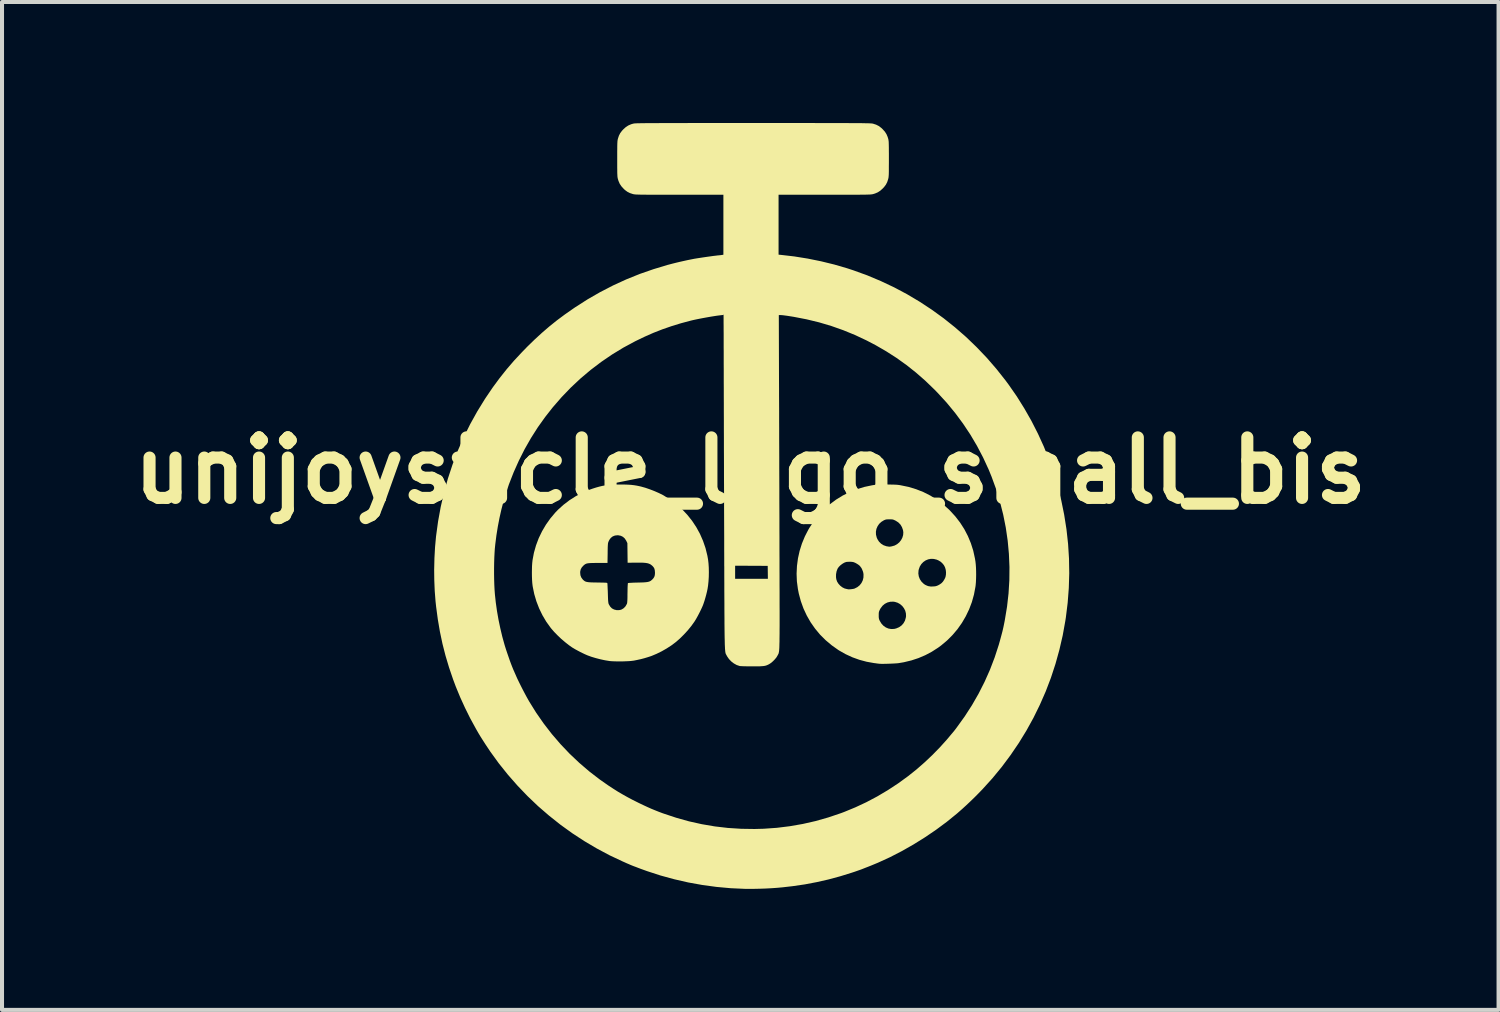
<source format=kicad_pcb>
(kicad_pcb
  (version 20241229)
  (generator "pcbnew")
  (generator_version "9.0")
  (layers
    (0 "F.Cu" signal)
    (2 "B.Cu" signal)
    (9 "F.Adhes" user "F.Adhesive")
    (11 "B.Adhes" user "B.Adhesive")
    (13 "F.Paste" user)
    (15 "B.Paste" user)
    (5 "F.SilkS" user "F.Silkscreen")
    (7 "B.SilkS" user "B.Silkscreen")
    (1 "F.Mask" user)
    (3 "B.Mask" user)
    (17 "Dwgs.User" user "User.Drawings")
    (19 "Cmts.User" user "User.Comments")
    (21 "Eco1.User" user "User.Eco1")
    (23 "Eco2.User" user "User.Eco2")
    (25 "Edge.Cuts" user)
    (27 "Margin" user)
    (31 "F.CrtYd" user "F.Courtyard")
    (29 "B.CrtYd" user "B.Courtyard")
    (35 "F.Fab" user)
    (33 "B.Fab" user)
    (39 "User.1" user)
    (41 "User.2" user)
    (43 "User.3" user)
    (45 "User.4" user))
  (footprint "unijoysticle_logo_small_bis"
    (layer "F.Cu")
    (at 15.55 8.615)
    (property "Reference" "unijoysticle_logo_small_bis" (at 0 0 0) (layer "F.SilkS") (effects (font (size 1.5 1.5) (thickness 0.3))))
    (attr board_only exclude_from_pos_files exclude_from_bom)
    (fp_poly (pts (xy -3.222 0.346) (xy -3.12 0.347) (xy -3.032 0.35) (xy -2.955 0.355) (xy -2.884 0.363) (xy -2.816 0.374) (xy -2.748 0.388) (xy -2.705 0.398) (xy -2.599 0.428) (xy -2.486 0.467) (xy -2.373 0.511) (xy -2.265 0.558) (xy -2.167 0.607) (xy -2.149 0.617) (xy -1.986 0.719) (xy -1.833 0.833) (xy -1.691 0.96) (xy -1.561 1.098) (xy -1.443 1.246) (xy -1.339 1.403) (xy -1.248 1.569) (xy -1.172 1.743) (xy -1.11 1.923) (xy -1.064 2.11) (xy -1.047 2.205) (xy -1.036 2.3) (xy -1.029 2.406) (xy -1.027 2.52) (xy -1.029 2.635) (xy -1.036 2.748) (xy -1.047 2.854) (xy -1.06 2.936) (xy -1.074 3.002) (xy -1.092 3.075) (xy -1.113 3.152) (xy -1.135 3.227) (xy -1.157 3.293) (xy -1.172 3.335) (xy -1.196 3.391) (xy -1.227 3.457) (xy -1.262 3.528) (xy -1.299 3.599) (xy -1.336 3.666) (xy -1.371 3.724) (xy -1.387 3.749) (xy -1.463 3.855) (xy -1.551 3.963) (xy -1.648 4.068) (xy -1.749 4.168) (xy -1.852 4.257) (xy -1.855 4.259) (xy -1.959 4.337) (xy -2.075 4.412) (xy -2.198 4.482) (xy -2.322 4.543) (xy -2.443 4.594) (xy -2.471 4.604) (xy -2.545 4.628) (xy -2.628 4.653) (xy -2.716 4.676) (xy -2.803 4.695) (xy -2.881 4.711) (xy -2.902 4.714) (xy -2.95 4.72) (xy -3.012 4.725) (xy -3.083 4.728) (xy -3.16 4.731) (xy -3.238 4.732) (xy -3.315 4.731) (xy -3.385 4.729) (xy -3.446 4.726) (xy -3.489 4.722) (xy -3.6 4.704) (xy -3.716 4.679) (xy -3.832 4.649) (xy -3.942 4.616) (xy -4.04 4.58) (xy -4.051 4.575) (xy -4.099 4.554) (xy -4.156 4.527) (xy -4.219 4.496) (xy -4.281 4.463) (xy -4.34 4.431) (xy -4.39 4.401) (xy -4.414 4.387) (xy -4.502 4.325) (xy -4.594 4.252) (xy -4.688 4.172) (xy -4.778 4.086) (xy -4.862 4) (xy -4.935 3.916) (xy -4.95 3.897) (xy -5.058 3.747) (xy -5.153 3.586) (xy -5.235 3.417) (xy -5.303 3.241) (xy -5.356 3.061) (xy -5.393 2.88) (xy -5.398 2.846) (xy -5.405 2.784) (xy -5.41 2.709) (xy -5.413 2.626) (xy -5.414 2.538) (xy -5.414 2.534) (xy -4.217 2.534) (xy -4.211 2.596) (xy -4.191 2.649) (xy -4.157 2.696) (xy -4.146 2.708) (xy -4.127 2.725) (xy -4.109 2.739) (xy -4.089 2.75) (xy -4.066 2.758) (xy -4.037 2.764) (xy -4 2.769) (xy -3.954 2.772) (xy -3.895 2.774) (xy -3.822 2.775) (xy -3.788 2.776) (xy -3.718 2.777) (xy -3.662 2.778) (xy -3.621 2.779) (xy -3.59 2.78) (xy -3.569 2.782) (xy -3.556 2.784) (xy -3.548 2.787) (xy -3.545 2.791) (xy -3.543 2.797) (xy -3.543 2.798) (xy -3.541 2.811) (xy -3.54 2.839) (xy -3.538 2.879) (xy -3.536 2.929) (xy -3.533 2.986) (xy -3.531 3.047) (xy -3.529 3.117) (xy -3.527 3.173) (xy -3.525 3.216) (xy -3.522 3.248) (xy -3.519 3.273) (xy -3.516 3.291) (xy -3.511 3.306) (xy -3.507 3.316) (xy -3.473 3.373) (xy -3.43 3.417) (xy -3.377 3.445) (xy -3.316 3.46) (xy -3.286 3.461) (xy -3.242 3.459) (xy -3.205 3.45) (xy -3.183 3.441) (xy -3.135 3.41) (xy -3.093 3.365) (xy -3.065 3.316) (xy -3.059 3.304) (xy -3.055 3.291) (xy -3.052 3.274) (xy -3.05 3.253) (xy -3.048 3.224) (xy -3.046 3.185) (xy -3.045 3.135) (xy -3.045 3.07) (xy -3.044 3.038) (xy -3.043 2.968) (xy -3.042 2.907) (xy -3.04 2.857) (xy -3.037 2.82) (xy -3.035 2.797) (xy -3.033 2.79) (xy -3.022 2.788) (xy -2.996 2.785) (xy -2.956 2.783) (xy -2.905 2.78) (xy -2.843 2.778) (xy -2.792 2.777) (xy -2.713 2.775) (xy -2.648 2.773) (xy -2.596 2.769) (xy -2.555 2.764) (xy -2.522 2.757) (xy -2.495 2.748) (xy -2.472 2.736) (xy -2.452 2.721) (xy -2.431 2.702) (xy -2.43 2.702) (xy -2.399 2.667) (xy -2.379 2.633) (xy -2.367 2.593) (xy -2.363 2.544) (xy -2.363 2.53) (xy -2.367 2.476) (xy -2.377 2.433) (xy -2.397 2.397) (xy -2.428 2.362) (xy -2.429 2.362) (xy -2.455 2.34) (xy -2.482 2.322) (xy -2.514 2.308) (xy -2.551 2.297) (xy -2.596 2.29) (xy -2.65 2.285) (xy -2.717 2.283) (xy -2.798 2.283) (xy -2.839 2.283) (xy -3.041 2.286) (xy -3.044 2.042) (xy -3.047 1.799) (xy -3.075 1.741) (xy -3.111 1.685) (xy -3.156 1.644) (xy -3.21 1.617) (xy -3.272 1.605) (xy -3.29 1.604) (xy -3.355 1.611) (xy -3.411 1.633) (xy -3.458 1.67) (xy -3.495 1.72) (xy -3.514 1.76) (xy -3.52 1.775) (xy -3.524 1.79) (xy -3.528 1.808) (xy -3.53 1.831) (xy -3.532 1.861) (xy -3.534 1.9) (xy -3.535 1.95) (xy -3.536 2.015) (xy -3.536 2.049) (xy -3.54 2.29) (xy -3.772 2.29) (xy -3.852 2.291) (xy -3.916 2.292) (xy -3.968 2.294) (xy -4.008 2.297) (xy -4.041 2.302) (xy -4.067 2.309) (xy -4.088 2.319) (xy -4.108 2.332) (xy -4.128 2.348) (xy -4.134 2.354) (xy -4.176 2.399) (xy -4.203 2.447) (xy -4.216 2.501) (xy -4.217 2.534) (xy -5.414 2.534) (xy -5.413 2.451) (xy -5.411 2.368) (xy -5.406 2.293) (xy -5.399 2.231) (xy -5.399 2.226) (xy -5.364 2.039) (xy -5.312 1.855) (xy -5.245 1.677) (xy -5.162 1.505) (xy -5.065 1.34) (xy -4.954 1.184) (xy -4.83 1.037) (xy -4.764 0.969) (xy -4.631 0.849) (xy -4.486 0.738) (xy -4.331 0.639) (xy -4.17 0.553) (xy -4.004 0.482) (xy -3.914 0.45) (xy -3.823 0.421) (xy -3.741 0.398) (xy -3.665 0.38) (xy -3.59 0.367) (xy -3.514 0.357) (xy -3.432 0.351) (xy -3.341 0.347) (xy -3.238 0.346)) (stroke (width 0) (type solid)) (fill yes) (layer "F.SilkS"))
    (fp_poly (pts (xy 3.451 0.347) (xy 3.513 0.348) (xy 3.563 0.349) (xy 3.605 0.351) (xy 3.642 0.353) (xy 3.676 0.357) (xy 3.711 0.362) (xy 3.731 0.366) (xy 3.925 0.406) (xy 4.112 0.463) (xy 4.292 0.534) (xy 4.464 0.621) (xy 4.627 0.723) (xy 4.782 0.839) (xy 4.928 0.97) (xy 4.949 0.991) (xy 5.082 1.136) (xy 5.201 1.29) (xy 5.305 1.452) (xy 5.394 1.623) (xy 5.468 1.801) (xy 5.527 1.986) (xy 5.569 2.178) (xy 5.581 2.25) (xy 5.589 2.321) (xy 5.595 2.404) (xy 5.598 2.495) (xy 5.599 2.589) (xy 5.597 2.682) (xy 5.593 2.77) (xy 5.586 2.848) (xy 5.581 2.884) (xy 5.545 3.075) (xy 5.493 3.261) (xy 5.425 3.44) (xy 5.342 3.613) (xy 5.246 3.777) (xy 5.136 3.933) (xy 5.013 4.078) (xy 4.878 4.213) (xy 4.73 4.337) (xy 4.658 4.39) (xy 4.501 4.491) (xy 4.339 4.577) (xy 4.17 4.649) (xy 3.994 4.707) (xy 3.808 4.752) (xy 3.679 4.774) (xy 3.647 4.778) (xy 3.602 4.781) (xy 3.547 4.784) (xy 3.487 4.787) (xy 3.424 4.789) (xy 3.363 4.791) (xy 3.305 4.792) (xy 3.255 4.792) (xy 3.216 4.791) (xy 3.196 4.789) (xy 3.176 4.787) (xy 3.143 4.783) (xy 3.103 4.777) (xy 3.068 4.773) (xy 2.885 4.74) (xy 2.705 4.692) (xy 2.53 4.629) (xy 2.363 4.552) (xy 2.204 4.462) (xy 2.179 4.446) (xy 2.017 4.331) (xy 1.866 4.204) (xy 1.729 4.067) (xy 1.606 3.919) (xy 1.496 3.762) (xy 1.401 3.596) (xy 1.398 3.59) (xy 3.184 3.59) (xy 3.184 3.63) (xy 3.187 3.659) (xy 3.192 3.684) (xy 3.202 3.709) (xy 3.211 3.728) (xy 3.251 3.794) (xy 3.301 3.848) (xy 3.359 3.889) (xy 3.425 3.917) (xy 3.494 3.929) (xy 3.567 3.926) (xy 3.617 3.914) (xy 3.688 3.884) (xy 3.749 3.841) (xy 3.798 3.786) (xy 3.834 3.722) (xy 3.855 3.649) (xy 3.861 3.611) (xy 3.858 3.541) (xy 3.841 3.474) (xy 3.809 3.412) (xy 3.766 3.357) (xy 3.713 3.311) (xy 3.652 3.277) (xy 3.585 3.256) (xy 3.545 3.25) (xy 3.469 3.253) (xy 3.399 3.271) (xy 3.335 3.304) (xy 3.279 3.351) (xy 3.232 3.412) (xy 3.21 3.452) (xy 3.197 3.481) (xy 3.189 3.505) (xy 3.185 3.531) (xy 3.184 3.565) (xy 3.184 3.59) (xy 1.398 3.59) (xy 1.319 3.421) (xy 1.253 3.238) (xy 1.202 3.048) (xy 1.18 2.935) (xy 1.155 2.746) (xy 1.151 2.643) (xy 2.125 2.643) (xy 2.132 2.695) (xy 2.152 2.753) (xy 2.186 2.807) (xy 2.23 2.855) (xy 2.282 2.895) (xy 2.337 2.923) (xy 2.392 2.937) (xy 2.409 2.94) (xy 2.415 2.942) (xy 2.427 2.945) (xy 2.451 2.945) (xy 2.483 2.943) (xy 2.518 2.939) (xy 2.551 2.934) (xy 2.578 2.928) (xy 2.586 2.925) (xy 2.655 2.89) (xy 2.712 2.844) (xy 2.756 2.788) (xy 2.788 2.723) (xy 2.805 2.653) (xy 2.807 2.578) (xy 2.804 2.552) (xy 4.166 2.552) (xy 4.177 2.624) (xy 4.203 2.692) (xy 4.243 2.753) (xy 4.296 2.805) (xy 4.32 2.823) (xy 4.342 2.836) (xy 4.368 2.848) (xy 4.394 2.859) (xy 4.414 2.866) (xy 4.426 2.868) (xy 4.427 2.867) (xy 4.433 2.866) (xy 4.44 2.87) (xy 4.457 2.874) (xy 4.486 2.875) (xy 4.521 2.874) (xy 4.557 2.872) (xy 4.591 2.868) (xy 4.614 2.862) (xy 4.655 2.846) (xy 4.699 2.821) (xy 4.737 2.794) (xy 4.744 2.788) (xy 4.776 2.754) (xy 4.805 2.71) (xy 4.829 2.665) (xy 4.84 2.636) (xy 4.85 2.582) (xy 4.852 2.523) (xy 4.846 2.464) (xy 4.832 2.413) (xy 4.827 2.4) (xy 4.814 2.372) (xy 4.802 2.35) (xy 4.795 2.34) (xy 4.784 2.326) (xy 4.768 2.307) (xy 4.765 2.303) (xy 4.724 2.264) (xy 4.669 2.23) (xy 4.619 2.208) (xy 4.547 2.191) (xy 4.477 2.189) (xy 4.409 2.202) (xy 4.345 2.229) (xy 4.289 2.268) (xy 4.24 2.319) (xy 4.202 2.38) (xy 4.177 2.451) (xy 4.171 2.477) (xy 4.166 2.552) (xy 2.804 2.552) (xy 2.801 2.534) (xy 2.794 2.507) (xy 2.782 2.476) (xy 2.769 2.444) (xy 2.756 2.418) (xy 2.746 2.403) (xy 2.744 2.402) (xy 2.736 2.392) (xy 2.725 2.375) (xy 2.707 2.356) (xy 2.678 2.333) (xy 2.642 2.31) (xy 2.604 2.289) (xy 2.569 2.274) (xy 2.56 2.271) (xy 2.524 2.264) (xy 2.479 2.261) (xy 2.431 2.262) (xy 2.388 2.265) (xy 2.373 2.268) (xy 2.328 2.285) (xy 2.28 2.314) (xy 2.233 2.35) (xy 2.193 2.39) (xy 2.165 2.431) (xy 2.163 2.434) (xy 2.139 2.498) (xy 2.126 2.569) (xy 2.125 2.643) (xy 1.151 2.643) (xy 1.148 2.556) (xy 1.157 2.366) (xy 1.182 2.177) (xy 1.223 1.992) (xy 1.28 1.81) (xy 1.353 1.633) (xy 1.413 1.516) (xy 3.114 1.516) (xy 3.116 1.588) (xy 3.134 1.66) (xy 3.15 1.698) (xy 3.19 1.761) (xy 3.242 1.813) (xy 3.304 1.852) (xy 3.376 1.877) (xy 3.445 1.888) (xy 3.46 1.887) (xy 3.486 1.883) (xy 3.508 1.879) (xy 3.578 1.859) (xy 3.64 1.825) (xy 3.694 1.78) (xy 3.737 1.726) (xy 3.769 1.666) (xy 3.789 1.6) (xy 3.794 1.532) (xy 3.786 1.477) (xy 3.76 1.403) (xy 3.722 1.339) (xy 3.67 1.286) (xy 3.605 1.244) (xy 3.6 1.242) (xy 3.569 1.227) (xy 3.545 1.217) (xy 3.522 1.212) (xy 3.494 1.21) (xy 3.456 1.209) (xy 3.449 1.209) (xy 3.407 1.21) (xy 3.376 1.212) (xy 3.352 1.217) (xy 3.329 1.226) (xy 3.314 1.232) (xy 3.249 1.272) (xy 3.195 1.322) (xy 3.155 1.381) (xy 3.127 1.446) (xy 3.114 1.516) (xy 1.413 1.516) (xy 1.441 1.463) (xy 1.469 1.415) (xy 1.578 1.252) (xy 1.699 1.1) (xy 1.831 0.961) (xy 1.975 0.834) (xy 2.128 0.72) (xy 2.291 0.62) (xy 2.462 0.534) (xy 2.641 0.463) (xy 2.828 0.406) (xy 3.018 0.366) (xy 3.055 0.36) (xy 3.089 0.355) (xy 3.123 0.352) (xy 3.16 0.35) (xy 3.204 0.348) (xy 3.256 0.347) (xy 3.321 0.347) (xy 3.376 0.347)) (stroke (width 0) (type solid)) (fill yes) (layer "F.SilkS"))
    (fp_poly (pts (xy 0.333 -8.615) (xy 0.582 -8.615) (xy 0.814 -8.615) (xy 1.031 -8.615) (xy 1.233 -8.615) (xy 1.42 -8.615) (xy 1.594 -8.615) (xy 1.754 -8.614) (xy 1.902 -8.614) (xy 2.038 -8.614) (xy 2.162 -8.614) (xy 2.275 -8.614) (xy 2.377 -8.614) (xy 2.47 -8.613) (xy 2.552 -8.613) (xy 2.627 -8.613) (xy 2.692 -8.612) (xy 2.75 -8.612) (xy 2.801 -8.611) (xy 2.845 -8.61) (xy 2.883 -8.61) (xy 2.915 -8.609) (xy 2.942 -8.608) (xy 2.965 -8.607) (xy 2.983 -8.606) (xy 2.999 -8.605) (xy 3.011 -8.604) (xy 3.021 -8.603) (xy 3.029 -8.602) (xy 3.036 -8.6) (xy 3.043 -8.599) (xy 3.046 -8.598) (xy 3.12 -8.574) (xy 3.185 -8.541) (xy 3.245 -8.496) (xy 3.282 -8.461) (xy 3.336 -8.401) (xy 3.376 -8.339) (xy 3.405 -8.271) (xy 3.419 -8.225) (xy 3.423 -8.209) (xy 3.426 -8.193) (xy 3.428 -8.175) (xy 3.431 -8.153) (xy 3.432 -8.126) (xy 3.433 -8.093) (xy 3.434 -8.05) (xy 3.435 -7.998) (xy 3.435 -7.934) (xy 3.436 -7.857) (xy 3.436 -7.765) (xy 3.436 -7.726) (xy 3.436 -7.628) (xy 3.435 -7.545) (xy 3.435 -7.477) (xy 3.435 -7.42) (xy 3.434 -7.374) (xy 3.433 -7.338) (xy 3.431 -7.308) (xy 3.429 -7.285) (xy 3.427 -7.265) (xy 3.424 -7.249) (xy 3.42 -7.233) (xy 3.419 -7.227) (xy 3.395 -7.153) (xy 3.362 -7.088) (xy 3.317 -7.028) (xy 3.282 -6.991) (xy 3.222 -6.937) (xy 3.16 -6.897) (xy 3.092 -6.868) (xy 3.046 -6.854) (xy 3.036 -6.852) (xy 3.026 -6.849) (xy 3.014 -6.848) (xy 3 -6.846) (xy 2.983 -6.844) (xy 2.962 -6.843) (xy 2.936 -6.842) (xy 2.904 -6.841) (xy 2.866 -6.84) (xy 2.819 -6.839) (xy 2.765 -6.839) (xy 2.7 -6.838) (xy 2.625 -6.838) (xy 2.539 -6.838) (xy 2.441 -6.837) (xy 2.33 -6.837) (xy 2.204 -6.837) (xy 2.064 -6.837) (xy 1.908 -6.837) (xy 1.84 -6.837) (xy 0.701 -6.837) (xy 0.701 -6.094) (xy 0.701 -5.352) (xy 0.763 -5.346) (xy 1.09 -5.308) (xy 1.421 -5.255) (xy 1.752 -5.188) (xy 2.079 -5.108) (xy 2.399 -5.015) (xy 2.56 -4.962) (xy 2.902 -4.838) (xy 3.237 -4.697) (xy 3.565 -4.542) (xy 3.885 -4.372) (xy 4.196 -4.187) (xy 4.499 -3.988) (xy 4.792 -3.776) (xy 5.075 -3.55) (xy 5.348 -3.312) (xy 5.61 -3.06) (xy 5.862 -2.796) (xy 6.101 -2.52) (xy 6.328 -2.233) (xy 6.405 -2.129) (xy 6.606 -1.84) (xy 6.794 -1.539) (xy 6.97 -1.23) (xy 7.131 -0.914) (xy 7.278 -0.592) (xy 7.409 -0.265) (xy 7.511 0.026) (xy 7.618 0.378) (xy 7.708 0.734) (xy 7.781 1.093) (xy 7.838 1.454) (xy 7.878 1.817) (xy 7.901 2.181) (xy 7.907 2.547) (xy 7.896 2.912) (xy 7.868 3.278) (xy 7.823 3.643) (xy 7.81 3.726) (xy 7.745 4.087) (xy 7.663 4.442) (xy 7.566 4.792) (xy 7.453 5.137) (xy 7.324 5.475) (xy 7.179 5.806) (xy 7.02 6.13) (xy 6.845 6.447) (xy 6.656 6.755) (xy 6.452 7.055) (xy 6.235 7.346) (xy 6.003 7.628) (xy 5.757 7.9) (xy 5.662 7.998) (xy 5.564 8.097) (xy 5.46 8.198) (xy 5.355 8.297) (xy 5.251 8.392) (xy 5.154 8.477) (xy 5.128 8.5) (xy 4.872 8.708) (xy 4.605 8.906) (xy 4.328 9.094) (xy 4.044 9.271) (xy 3.755 9.435) (xy 3.462 9.586) (xy 3.167 9.721) (xy 2.996 9.792) (xy 2.918 9.823) (xy 2.853 9.848) (xy 2.798 9.87) (xy 2.752 9.888) (xy 2.71 9.903) (xy 2.67 9.917) (xy 2.63 9.931) (xy 2.587 9.946) (xy 2.538 9.962) (xy 2.527 9.966) (xy 2.231 10.058) (xy 1.939 10.137) (xy 1.648 10.203) (xy 1.354 10.259) (xy 1.053 10.303) (xy 0.8 10.332) (xy 0.67 10.344) (xy 0.528 10.354) (xy 0.381 10.362) (xy 0.232 10.367) (xy 0.088 10.37) (xy -0.048 10.371) (xy -0.132 10.37) (xy -0.485 10.354) (xy -0.838 10.322) (xy -1.19 10.274) (xy -1.54 10.211) (xy -1.885 10.132) (xy -2.225 10.039) (xy -2.557 9.931) (xy -2.713 9.875) (xy -2.784 9.848) (xy -2.841 9.826) (xy -2.89 9.808) (xy -2.933 9.791) (xy -2.974 9.774) (xy -3.017 9.755) (xy -3.065 9.735) (xy -3.122 9.709) (xy -3.161 9.692) (xy -3.486 9.539) (xy -3.803 9.37) (xy -4.113 9.187) (xy -4.415 8.99) (xy -4.707 8.779) (xy -4.989 8.555) (xy -5.262 8.319) (xy -5.523 8.07) (xy -5.772 7.81) (xy -6.009 7.54) (xy -6.234 7.259) (xy -6.445 6.968) (xy -6.569 6.782) (xy -6.608 6.721) (xy -6.64 6.671) (xy -6.666 6.63) (xy -6.689 6.594) (xy -6.709 6.56) (xy -6.73 6.526) (xy -6.752 6.488) (xy -6.778 6.443) (xy -6.809 6.388) (xy -6.811 6.384) (xy -6.945 6.139) (xy -7.072 5.883) (xy -7.191 5.622) (xy -7.299 5.361) (xy -7.367 5.179) (xy -7.468 4.882) (xy -7.556 4.588) (xy -7.631 4.294) (xy -7.694 3.996) (xy -7.746 3.692) (xy -7.788 3.378) (xy -7.803 3.24) (xy -7.823 2.983) (xy -7.834 2.716) (xy -7.837 2.444) (xy -7.836 2.427) (xy -6.352 2.427) (xy -6.352 2.564) (xy -6.35 2.699) (xy -6.346 2.829) (xy -6.34 2.95) (xy -6.332 3.058) (xy -6.332 3.06) (xy -6.31 3.266) (xy -6.28 3.48) (xy -6.242 3.697) (xy -6.197 3.912) (xy -6.147 4.122) (xy -6.092 4.32) (xy -6.076 4.372) (xy -6.05 4.454) (xy -6.021 4.539) (xy -5.991 4.626) (xy -5.962 4.71) (xy -5.933 4.788) (xy -5.906 4.858) (xy -5.882 4.917) (xy -5.867 4.953) (xy -5.859 4.969) (xy -5.847 4.998) (xy -5.83 5.036) (xy -5.811 5.079) (xy -5.803 5.098) (xy -5.773 5.165) (xy -5.735 5.243) (xy -5.693 5.328) (xy -5.648 5.417) (xy -5.602 5.505) (xy -5.557 5.59) (xy -5.514 5.667) (xy -5.483 5.722) (xy -5.309 6.002) (xy -5.121 6.272) (xy -4.92 6.532) (xy -4.705 6.782) (xy -4.479 7.02) (xy -4.24 7.246) (xy -3.99 7.46) (xy -3.729 7.661) (xy -3.517 7.809) (xy -3.396 7.888) (xy -3.281 7.961) (xy -3.166 8.028) (xy -3.049 8.094) (xy -2.925 8.16) (xy -2.789 8.228) (xy -2.757 8.244) (xy -2.648 8.296) (xy -2.549 8.342) (xy -2.457 8.383) (xy -2.367 8.42) (xy -2.275 8.457) (xy -2.177 8.494) (xy -2.154 8.502) (xy -1.838 8.607) (xy -1.521 8.696) (xy -1.202 8.767) (xy -0.88 8.822) (xy -0.555 8.86) (xy -0.227 8.881) (xy 0.104 8.886) (xy 0.331 8.88) (xy 0.658 8.857) (xy 0.982 8.817) (xy 1.302 8.761) (xy 1.619 8.689) (xy 1.935 8.599) (xy 2.249 8.493) (xy 2.329 8.463) (xy 2.603 8.35) (xy 2.877 8.222) (xy 3.147 8.079) (xy 3.41 7.923) (xy 3.666 7.755) (xy 3.912 7.576) (xy 4.119 7.411) (xy 4.318 7.237) (xy 4.511 7.055) (xy 4.696 6.866) (xy 4.87 6.673) (xy 4.991 6.529) (xy 5.011 6.506) (xy 5.026 6.487) (xy 5.034 6.478) (xy 5.034 6.478) (xy 5.041 6.47) (xy 5.056 6.451) (xy 5.078 6.423) (xy 5.104 6.389) (xy 5.12 6.367) (xy 5.316 6.095) (xy 5.496 5.816) (xy 5.66 5.53) (xy 5.808 5.238) (xy 5.941 4.939) (xy 6.058 4.633) (xy 6.16 4.32) (xy 6.19 4.213) (xy 6.213 4.129) (xy 6.232 4.058) (xy 6.249 3.994) (xy 6.263 3.935) (xy 6.276 3.877) (xy 6.289 3.814) (xy 6.303 3.744) (xy 6.311 3.701) (xy 6.365 3.374) (xy 6.402 3.047) (xy 6.422 2.719) (xy 6.425 2.391) (xy 6.411 2.064) (xy 6.381 1.739) (xy 6.334 1.415) (xy 6.27 1.094) (xy 6.19 0.776) (xy 6.094 0.461) (xy 5.981 0.151) (xy 5.909 -0.025) (xy 5.772 -0.322) (xy 5.62 -0.612) (xy 5.454 -0.893) (xy 5.273 -1.165) (xy 5.078 -1.428) (xy 4.868 -1.683) (xy 4.644 -1.927) (xy 4.564 -2.009) (xy 4.338 -2.227) (xy 4.107 -2.429) (xy 3.871 -2.616) (xy 3.627 -2.791) (xy 3.373 -2.954) (xy 3.107 -3.108) (xy 2.883 -3.225) (xy 2.596 -3.36) (xy 2.305 -3.479) (xy 2.008 -3.584) (xy 1.705 -3.674) (xy 1.395 -3.749) (xy 1.075 -3.811) (xy 0.91 -3.837) (xy 0.863 -3.843) (xy 0.818 -3.849) (xy 0.779 -3.853) (xy 0.752 -3.854) (xy 0.749 -3.854) (xy 0.707 -3.854) (xy 0.712 -2.194) (xy 0.713 -2.036) (xy 0.713 -1.862) (xy 0.714 -1.674) (xy 0.715 -1.473) (xy 0.715 -1.26) (xy 0.716 -1.038) (xy 0.716 -0.807) (xy 0.717 -0.569) (xy 0.718 -0.325) (xy 0.718 -0.077) (xy 0.719 0.174) (xy 0.72 0.426) (xy 0.72 0.678) (xy 0.721 0.928) (xy 0.722 1.176) (xy 0.722 1.419) (xy 0.723 1.657) (xy 0.723 1.887) (xy 0.723 1.944) (xy 0.724 2.191) (xy 0.724 2.421) (xy 0.725 2.635) (xy 0.725 2.834) (xy 0.726 3.019) (xy 0.726 3.189) (xy 0.726 3.345) (xy 0.727 3.489) (xy 0.727 3.62) (xy 0.727 3.739) (xy 0.727 3.848) (xy 0.726 3.945) (xy 0.726 4.033) (xy 0.725 4.111) (xy 0.724 4.181) (xy 0.724 4.242) (xy 0.722 4.296) (xy 0.721 4.342) (xy 0.72 4.382) (xy 0.718 4.417) (xy 0.716 4.445) (xy 0.714 4.47) (xy 0.711 4.49) (xy 0.708 4.507) (xy 0.705 4.52) (xy 0.702 4.532) (xy 0.699 4.542) (xy 0.695 4.55) (xy 0.69 4.558) (xy 0.686 4.567) (xy 0.681 4.575) (xy 0.676 4.585) (xy 0.674 4.589) (xy 0.647 4.634) (xy 0.608 4.681) (xy 0.563 4.727) (xy 0.516 4.768) (xy 0.47 4.798) (xy 0.465 4.801) (xy 0.437 4.815) (xy 0.412 4.826) (xy 0.386 4.835) (xy 0.358 4.842) (xy 0.325 4.847) (xy 0.286 4.85) (xy 0.237 4.853) (xy 0.177 4.854) (xy 0.104 4.854) (xy 0.043 4.854) (xy -0.028 4.854) (xy -0.094 4.853) (xy -0.153 4.852) (xy -0.202 4.85) (xy -0.239 4.848) (xy -0.262 4.846) (xy -0.265 4.845) (xy -0.337 4.821) (xy -0.407 4.782) (xy -0.472 4.732) (xy -0.529 4.672) (xy -0.574 4.607) (xy -0.584 4.588) (xy -0.589 4.579) (xy -0.593 4.571) (xy -0.597 4.564) (xy -0.601 4.557) (xy -0.605 4.55) (xy -0.608 4.542) (xy -0.612 4.532) (xy -0.615 4.521) (xy -0.617 4.508) (xy -0.62 4.491) (xy -0.622 4.472) (xy -0.624 4.448) (xy -0.627 4.42) (xy -0.628 4.388) (xy -0.63 4.35) (xy -0.632 4.306) (xy -0.633 4.255) (xy -0.634 4.198) (xy -0.636 4.133) (xy -0.637 4.06) (xy -0.638 3.979) (xy -0.639 3.889) (xy -0.64 3.79) (xy -0.64 3.68) (xy -0.641 3.56) (xy -0.642 3.429) (xy -0.642 3.287) (xy -0.643 3.133) (xy -0.644 2.966) (xy -0.644 2.786) (xy -0.645 2.592) (xy -0.645 2.385) (xy -0.646 2.359) (xy -0.376 2.359) (xy -0.376 2.521) (xy -0.376 2.684) (xy 0.03 2.684) (xy 0.436 2.684) (xy 0.434 2.523) (xy 0.432 2.363) (xy 0.028 2.361) (xy -0.376 2.359) (xy -0.646 2.359) (xy -0.646 2.163) (xy -0.647 1.926) (xy -0.647 1.673) (xy -0.648 1.404) (xy -0.649 1.119) (xy -0.649 1.115) (xy -0.65 0.87) (xy -0.65 0.624) (xy -0.651 0.379) (xy -0.652 0.136) (xy -0.652 -0.105) (xy -0.653 -0.342) (xy -0.654 -0.576) (xy -0.654 -0.804) (xy -0.655 -1.027) (xy -0.655 -1.244) (xy -0.656 -1.453) (xy -0.656 -1.654) (xy -0.657 -1.846) (xy -0.657 -2.028) (xy -0.658 -2.2) (xy -0.658 -2.36) (xy -0.658 -2.508) (xy -0.659 -2.644) (xy -0.659 -2.765) (xy -0.659 -2.872) (xy -0.659 -2.964) (xy -0.66 -3.039) (xy -0.66 -3.047) (xy -0.66 -3.167) (xy -0.66 -3.281) (xy -0.66 -3.389) (xy -0.661 -3.489) (xy -0.661 -3.58) (xy -0.662 -3.662) (xy -0.662 -3.733) (xy -0.662 -3.792) (xy -0.663 -3.838) (xy -0.663 -3.87) (xy -0.664 -3.886) (xy -0.664 -3.888) (xy -0.667 -3.858) (xy -0.759 -3.847) (xy -0.824 -3.839) (xy -0.902 -3.827) (xy -0.988 -3.813) (xy -1.079 -3.797) (xy -1.172 -3.78) (xy -1.261 -3.763) (xy -1.345 -3.746) (xy -1.418 -3.73) (xy -1.473 -3.717) (xy -1.72 -3.651) (xy -1.954 -3.579) (xy -2.179 -3.501) (xy -2.399 -3.415) (xy -2.617 -3.319) (xy -2.837 -3.213) (xy -2.855 -3.204) (xy -3.145 -3.048) (xy -3.426 -2.877) (xy -3.697 -2.692) (xy -3.958 -2.494) (xy -4.209 -2.282) (xy -4.449 -2.057) (xy -4.678 -1.819) (xy -4.896 -1.568) (xy -5.084 -1.329) (xy -5.266 -1.074) (xy -5.436 -0.807) (xy -5.594 -0.53) (xy -5.738 -0.244) (xy -5.868 0.047) (xy -5.984 0.344) (xy -6.083 0.643) (xy -6.116 0.756) (xy -6.169 0.959) (xy -6.217 1.172) (xy -6.259 1.39) (xy -6.294 1.608) (xy -6.321 1.821) (xy -6.333 1.936) (xy -6.34 2.042) (xy -6.346 2.162) (xy -6.35 2.292) (xy -6.352 2.427) (xy -7.836 2.427) (xy -7.83 2.17) (xy -7.815 1.9) (xy -7.791 1.637) (xy -7.79 1.628) (xy -7.74 1.261) (xy -7.674 0.899) (xy -7.592 0.542) (xy -7.494 0.192) (xy -7.38 -0.153) (xy -7.251 -0.491) (xy -7.106 -0.823) (xy -6.945 -1.148) (xy -6.769 -1.465) (xy -6.578 -1.775) (xy -6.548 -1.82) (xy -6.383 -2.063) (xy -6.214 -2.292) (xy -6.04 -2.511) (xy -5.857 -2.724) (xy -5.661 -2.934) (xy -5.53 -3.069) (xy -5.346 -3.248) (xy -5.164 -3.415) (xy -4.982 -3.572) (xy -4.795 -3.722) (xy -4.599 -3.868) (xy -4.393 -4.012) (xy -4.342 -4.047) (xy -4.034 -4.244) (xy -3.721 -4.424) (xy -3.401 -4.589) (xy -3.074 -4.739) (xy -2.74 -4.874) (xy -2.397 -4.993) (xy -2.046 -5.099) (xy -2.021 -5.105) (xy -1.938 -5.127) (xy -1.847 -5.15) (xy -1.751 -5.173) (xy -1.653 -5.195) (xy -1.558 -5.216) (xy -1.468 -5.234) (xy -1.387 -5.25) (xy -1.32 -5.261) (xy -1.236 -5.274) (xy -1.15 -5.287) (xy -1.067 -5.299) (xy -0.987 -5.31) (xy -0.916 -5.32) (xy -0.855 -5.327) (xy -0.808 -5.333) (xy -0.803 -5.333) (xy -0.762 -5.337) (xy -0.726 -5.341) (xy -0.699 -5.345) (xy -0.686 -5.347) (xy -0.667 -5.35) (xy -0.667 -6.094) (xy -0.667 -6.837) (xy -1.755 -6.837) (xy -1.914 -6.837) (xy -2.057 -6.837) (xy -2.184 -6.837) (xy -2.297 -6.837) (xy -2.397 -6.838) (xy -2.484 -6.838) (xy -2.56 -6.838) (xy -2.625 -6.839) (xy -2.681 -6.839) (xy -2.728 -6.84) (xy -2.767 -6.841) (xy -2.799 -6.842) (xy -2.825 -6.843) (xy -2.847 -6.844) (xy -2.864 -6.846) (xy -2.878 -6.848) (xy -2.889 -6.849) (xy -2.9 -6.852) (xy -2.909 -6.854) (xy -2.983 -6.878) (xy -3.048 -6.911) (xy -3.109 -6.956) (xy -3.145 -6.991) (xy -3.199 -7.051) (xy -3.239 -7.113) (xy -3.268 -7.181) (xy -3.282 -7.227) (xy -3.286 -7.243) (xy -3.289 -7.259) (xy -3.292 -7.277) (xy -3.294 -7.299) (xy -3.295 -7.326) (xy -3.297 -7.359) (xy -3.298 -7.402) (xy -3.298 -7.454) (xy -3.299 -7.518) (xy -3.299 -7.595) (xy -3.299 -7.687) (xy -3.299 -7.726) (xy -3.299 -7.824) (xy -3.299 -7.907) (xy -3.298 -7.975) (xy -3.298 -8.032) (xy -3.297 -8.077) (xy -3.296 -8.114) (xy -3.294 -8.144) (xy -3.293 -8.167) (xy -3.29 -8.186) (xy -3.287 -8.203) (xy -3.284 -8.219) (xy -3.282 -8.225) (xy -3.258 -8.299) (xy -3.225 -8.364) (xy -3.18 -8.424) (xy -3.145 -8.461) (xy -3.085 -8.515) (xy -3.023 -8.555) (xy -2.956 -8.584) (xy -2.909 -8.598) (xy -2.903 -8.599) (xy -2.896 -8.601) (xy -2.889 -8.602) (xy -2.88 -8.604) (xy -2.869 -8.605) (xy -2.855 -8.606) (xy -2.838 -8.607) (xy -2.818 -8.608) (xy -2.793 -8.609) (xy -2.763 -8.609) (xy -2.729 -8.61) (xy -2.688 -8.611) (xy -2.641 -8.611) (xy -2.587 -8.612) (xy -2.525 -8.612) (xy -2.455 -8.613) (xy -2.377 -8.613) (xy -2.29 -8.613) (xy -2.193 -8.614) (xy -2.085 -8.614) (xy -1.967 -8.614) (xy -1.838 -8.614) (xy -1.696 -8.614) (xy -1.543 -8.615) (xy -1.376 -8.615) (xy -1.195 -8.615) (xy -1.001 -8.615) (xy -0.792 -8.615) (xy -0.568 -8.615) (xy -0.328 -8.615) (xy -0.072 -8.615) (xy 0.068 -8.615)) (stroke (width 0) (type solid)) (fill yes) (layer "F.SilkS")))
  (gr_rect
    (start -3 -3)
    (end 34.1 21.986)
    (stroke (width 0.1) (type default))
    (fill no)
    (layer "Edge.Cuts")))
</source>
